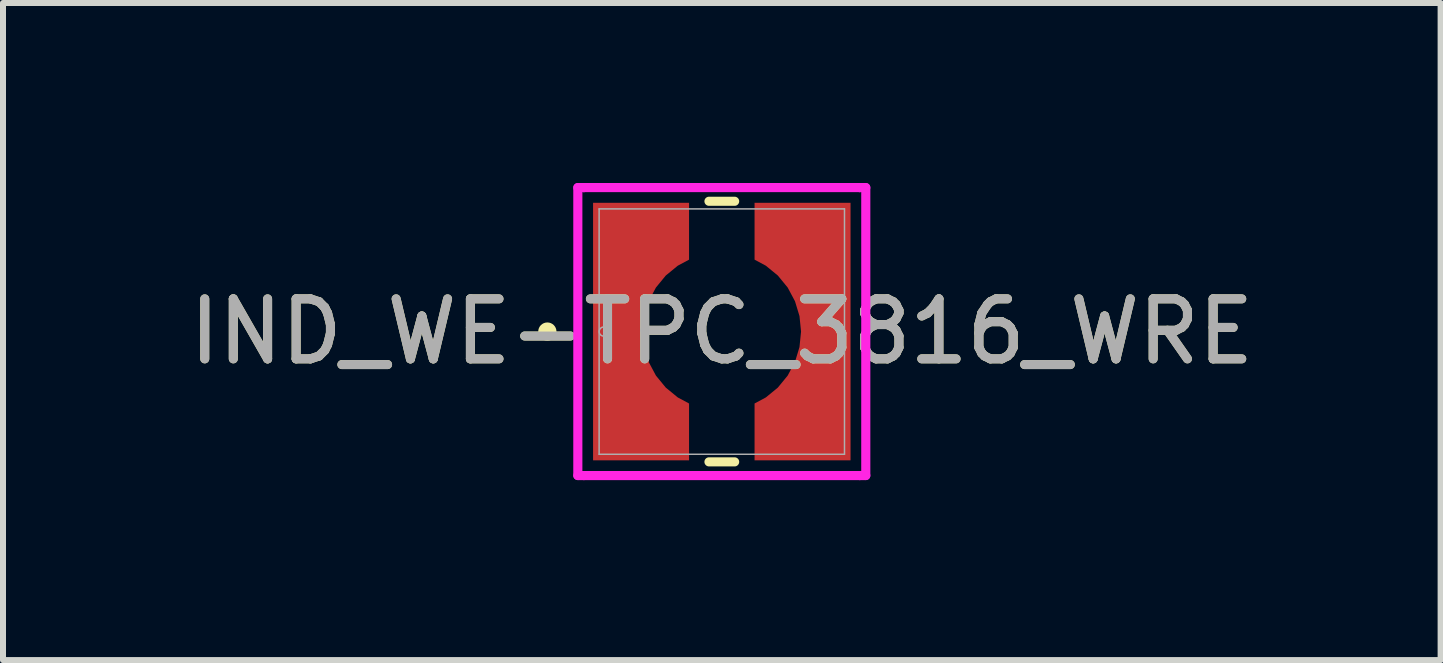
<source format=kicad_pcb>
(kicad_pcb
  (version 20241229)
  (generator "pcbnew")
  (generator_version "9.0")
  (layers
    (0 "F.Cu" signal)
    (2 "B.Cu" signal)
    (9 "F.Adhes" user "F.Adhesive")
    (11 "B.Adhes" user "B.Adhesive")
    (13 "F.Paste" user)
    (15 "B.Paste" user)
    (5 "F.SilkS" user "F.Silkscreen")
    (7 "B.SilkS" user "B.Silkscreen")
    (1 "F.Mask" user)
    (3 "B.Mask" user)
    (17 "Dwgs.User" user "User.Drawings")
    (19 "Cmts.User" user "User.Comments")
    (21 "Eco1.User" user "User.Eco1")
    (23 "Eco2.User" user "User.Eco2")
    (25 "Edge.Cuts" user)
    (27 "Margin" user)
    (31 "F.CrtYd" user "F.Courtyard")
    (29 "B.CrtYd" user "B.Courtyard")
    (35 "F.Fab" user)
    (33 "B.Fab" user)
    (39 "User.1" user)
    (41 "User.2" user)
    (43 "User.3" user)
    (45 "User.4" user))
  (footprint "IND_WE-TPC_3816_WRE"
    (layer "F.Cu")
    (at 8.982 2.477)
    (property "Reference" "IND_WE-TPC_3816_WRE" (at 0 0 0) (unlocked yes) (layer "F.SilkS") (effects (font (size 1 1) (thickness 0.15))))
    (attr smd)
    (fp_poly (pts (xy -0.546 -1.199) (xy -0.734 -1.098) (xy -0.934 -0.934) (xy -1.098 -0.734) (xy -1.22 -0.505) (xy -1.295 -0.258) (xy -1.321 0) (xy -1.295 0.258) (xy -1.22 0.505) (xy -1.098 0.734) (xy -0.934 0.934) (xy -0.734 1.098) (xy -0.546 1.199) (xy -0.546 2.146) (xy -2.146 2.146) (xy -2.146 -2.146) (xy -0.546 -2.146)) (stroke (width 0) (type solid)) (fill yes) (layer "F.Cu"))
    (fp_poly (pts (xy 0.546 -1.199) (xy 0.734 -1.098) (xy 0.934 -0.934) (xy 1.098 -0.734) (xy 1.22 -0.505) (xy 1.295 -0.258) (xy 1.321 0) (xy 1.295 0.258) (xy 1.22 0.505) (xy 1.098 0.734) (xy 0.934 0.934) (xy 0.734 1.098) (xy 0.546 1.199) (xy 0.546 2.146) (xy 2.146 2.146) (xy 2.146 -2.146) (xy 0.546 -2.146)) (stroke (width 0) (type solid)) (fill yes) (layer "F.Cu"))
    (fp_poly (pts (xy -0.546 -1.199) (xy -0.734 -1.098) (xy -0.934 -0.934) (xy -1.098 -0.734) (xy -1.22 -0.505) (xy -1.295 -0.258) (xy -1.321 0) (xy -1.295 0.258) (xy -1.22 0.505) (xy -1.098 0.734) (xy -0.934 0.934) (xy -0.734 1.098) (xy -0.546 1.199) (xy -0.546 2.146) (xy -2.146 2.146) (xy -2.146 -2.146) (xy -0.546 -2.146)) (stroke (width 0) (type solid)) (fill yes) (layer "F.Mask"))
    (fp_poly (pts (xy 0.546 -1.199) (xy 0.734 -1.098) (xy 0.934 -0.934) (xy 1.098 -0.734) (xy 1.22 -0.505) (xy 1.295 -0.258) (xy 1.321 0) (xy 1.295 0.258) (xy 1.22 0.505) (xy 1.098 0.734) (xy 0.934 0.934) (xy 0.734 1.098) (xy 0.546 1.199) (xy 0.546 2.146) (xy 2.146 2.146) (xy 2.146 -2.146) (xy 0.546 -2.146)) (stroke (width 0) (type solid)) (fill yes) (layer "F.Mask"))
    (fp_line (start -0.214 2.172) (end 0.214 2.172) (stroke (width 0.152) (type solid)) (layer "F.SilkS"))
    (fp_line (start 0.214 -2.172) (end -0.214 -2.172) (stroke (width 0.152) (type solid)) (layer "F.SilkS"))
    (fp_circle (center -2.908 0) (end -2.832 0) (stroke (width 0.152) (type solid)) (fill no) (layer "F.SilkS"))
    (fp_poly (pts (xy -0.546 -1.199) (xy -0.734 -1.098) (xy -0.934 -0.934) (xy -1.098 -0.734) (xy -1.22 -0.505) (xy -1.295 -0.258) (xy -1.321 0) (xy -1.295 0.258) (xy -1.22 0.505) (xy -1.098 0.734) (xy -0.934 0.934) (xy -0.734 1.098) (xy -0.546 1.199) (xy -0.546 2.146) (xy -2.146 2.146) (xy -2.146 -2.146) (xy -0.546 -2.146)) (stroke (width 0) (type solid)) (fill yes) (layer "F.Paste"))
    (fp_poly (pts (xy 0.546 -1.199) (xy 0.734 -1.098) (xy 0.934 -0.934) (xy 1.098 -0.734) (xy 1.22 -0.505) (xy 1.295 -0.258) (xy 1.321 0) (xy 1.295 0.258) (xy 1.22 0.505) (xy 1.098 0.734) (xy 0.934 0.934) (xy 0.734 1.098) (xy 0.546 1.199) (xy 0.546 2.146) (xy 2.146 2.146) (xy 2.146 -2.146) (xy 0.546 -2.146)) (stroke (width 0) (type solid)) (fill yes) (layer "F.Paste"))
    (fp_line (start -2.4 -2.4) (end -2.299 -2.4) (stroke (width 0.152) (type solid)) (layer "F.CrtYd"))
    (fp_line (start -2.4 2.4) (end -2.4 -2.4) (stroke (width 0.152) (type solid)) (layer "F.CrtYd"))
    (fp_line (start -2.299 -2.4) (end -2.299 -2.4) (stroke (width 0.152) (type solid)) (layer "F.CrtYd"))
    (fp_line (start -2.299 -2.4) (end 2.299 -2.4) (stroke (width 0.152) (type solid)) (layer "F.CrtYd"))
    (fp_line (start -2.299 2.4) (end -2.4 2.4) (stroke (width 0.152) (type solid)) (layer "F.CrtYd"))
    (fp_line (start -2.299 2.4) (end -2.299 2.4) (stroke (width 0.152) (type solid)) (layer "F.CrtYd"))
    (fp_line (start 2.299 -2.4) (end 2.299 -2.4) (stroke (width 0.152) (type solid)) (layer "F.CrtYd"))
    (fp_line (start 2.299 -2.4) (end 2.4 -2.4) (stroke (width 0.152) (type solid)) (layer "F.CrtYd"))
    (fp_line (start 2.299 2.4) (end -2.299 2.4) (stroke (width 0.152) (type solid)) (layer "F.CrtYd"))
    (fp_line (start 2.299 2.4) (end 2.299 2.4) (stroke (width 0.152) (type solid)) (layer "F.CrtYd"))
    (fp_line (start 2.4 -2.4) (end 2.4 2.4) (stroke (width 0.152) (type solid)) (layer "F.CrtYd"))
    (fp_line (start 2.4 2.4) (end 2.299 2.4) (stroke (width 0.152) (type solid)) (layer "F.CrtYd"))
    (fp_line (start -2.045 -2.045) (end -2.045 2.045) (stroke (width 0.025) (type solid)) (layer "F.Fab"))
    (fp_line (start -2.045 2.045) (end 2.045 2.045) (stroke (width 0.025) (type solid)) (layer "F.Fab"))
    (fp_line (start 2.045 -2.045) (end -2.045 -2.045) (stroke (width 0.025) (type solid)) (layer "F.Fab"))
    (fp_line (start 2.045 2.045) (end 2.045 -2.045) (stroke (width 0.025) (type solid)) (layer "F.Fab"))
    (fp_circle (center -1.968 0) (end -1.892 0) (stroke (width 0.025) (type solid)) (fill no) (layer "F.Fab"))
    (fp_text user "${REFERENCE}" (at 0 0 0) (unlocked yes) (layer "F.Fab") (effects (font (size 1 1) (thickness 0.15))))
    (pad "1" smd rect (at -1.727 0) (size 0.127 0.127) (layers "F.Cu" "F.Mask" "F.Paste"))
    (pad "2" smd rect (at 1.727 0) (size 0.127 0.127) (layers "F.Cu" "F.Mask" "F.Paste")))
  (gr_rect
    (start -3 -3)
    (end 20.964 7.953)
    (stroke (width 0.1) (type default))
    (fill no)
    (layer "Edge.Cuts")))
</source>
